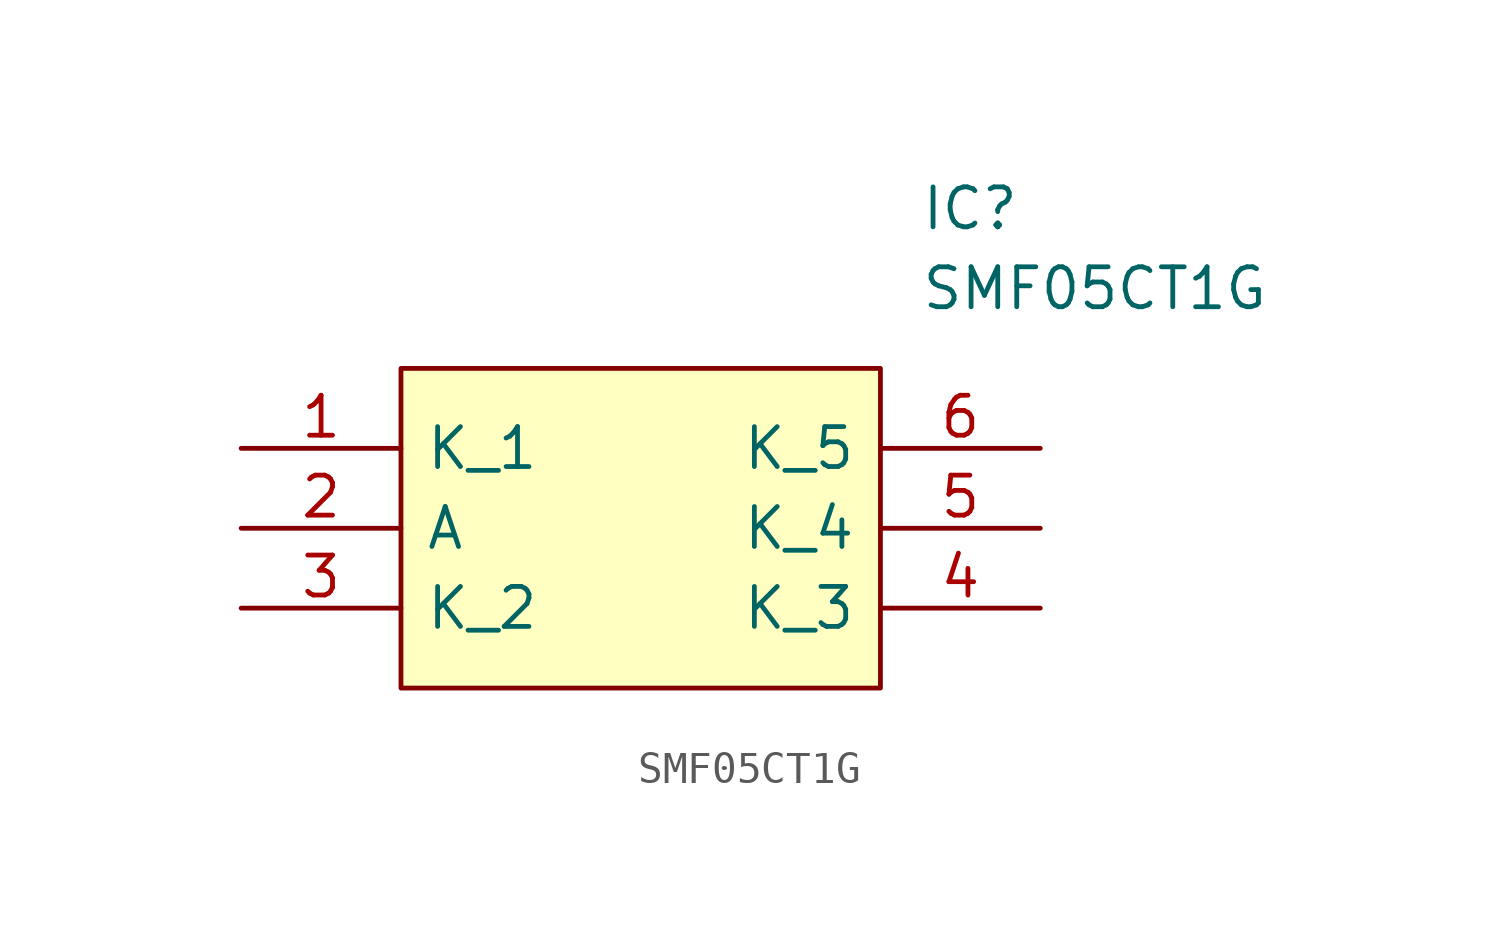
<source format=kicad_sym>
(kicad_symbol_lib
  (version 20211014)
  (generator kicad_symbol_editor)
  (symbol "SMF05CT1G"
    (pin_names
      (offset 0.762))
    (property "Reference" "IC"
      (at 21.59 7.62 0)
      (effects (font (size 1.27 1.27)) (justify left)))
    (property "Value" "SMF05CT1G"
      (at 21.59 5.08 0)
      (effects (font (size 1.27 1.27)) (justify left)))
    (symbol "SMF05CT1G_0_0"
      (pin passive line (at 0 0 0) (length 5.08) (name "K_1" (effects (font (size 1.27 1.27)))) (number "1" (effects (font (size 1.27 1.27)))))
      (pin passive line (at 0 -2.54 0) (length 5.08) (name "A" (effects (font (size 1.27 1.27)))) (number "2" (effects (font (size 1.27 1.27)))))
      (pin passive line (at 0 -5.08 0) (length 5.08) (name "K_2" (effects (font (size 1.27 1.27)))) (number "3" (effects (font (size 1.27 1.27)))))
      (pin passive line (at 25.4 -5.08 180) (length 5.08) (name "K_3" (effects (font (size 1.27 1.27)))) (number "4" (effects (font (size 1.27 1.27)))))
      (pin passive line (at 25.4 -2.54 180) (length 5.08) (name "K_4" (effects (font (size 1.27 1.27)))) (number "5" (effects (font (size 1.27 1.27)))))
      (pin passive line (at 25.4 0 180) (length 5.08) (name "K_5" (effects (font (size 1.27 1.27)))) (number "6" (effects (font (size 1.27 1.27))))))
    (symbol "SMF05CT1G_0_1"
      (polyline (pts (xy 5.08 2.54) (xy 20.32 2.54) (xy 20.32 -7.62) (xy 5.08 -7.62) (xy 5.08 2.54)) (stroke (width 0.152) (type default) (color 0 0 0 0)) (fill (type background))))))
</source>
